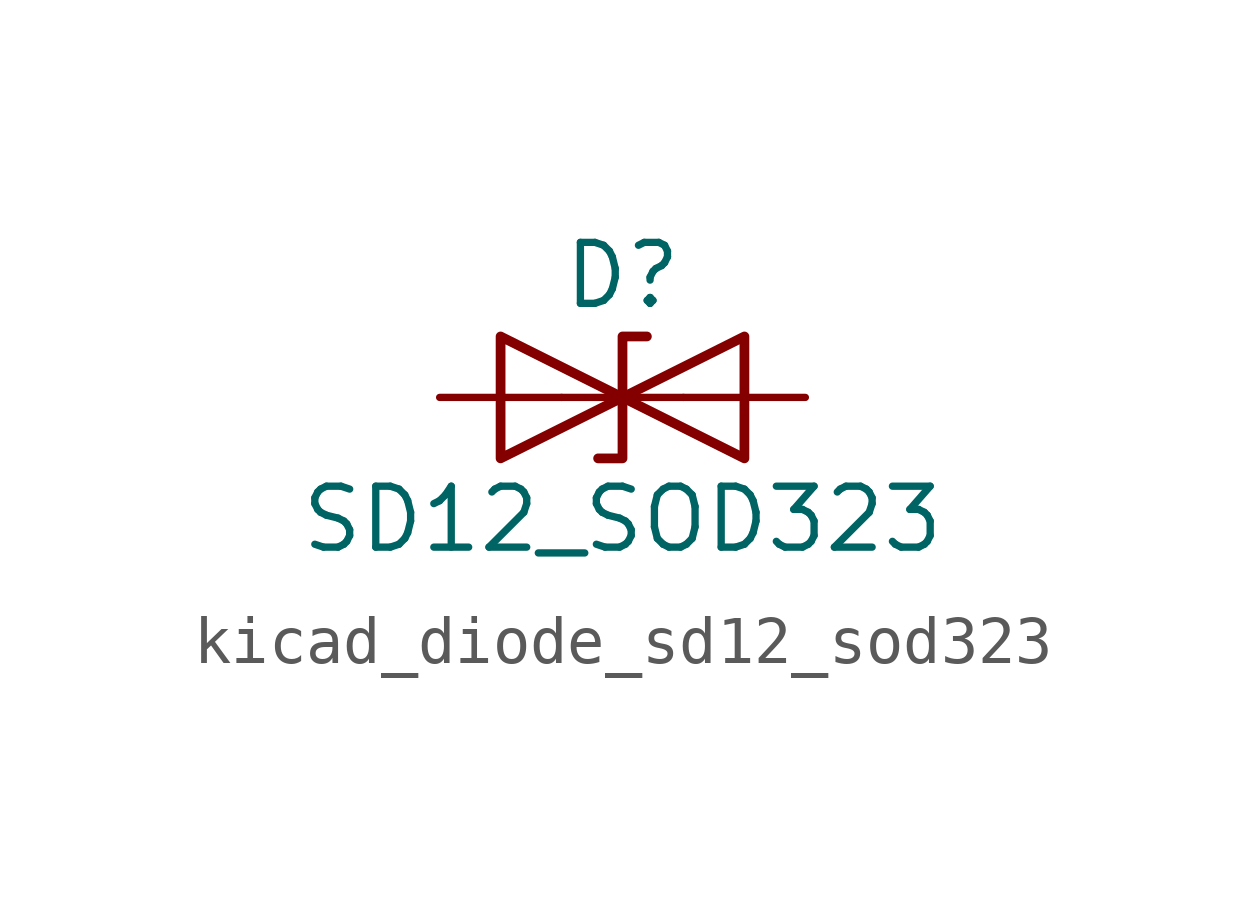
<source format=kicad_sym>
(kicad_symbol_lib
  (version 20220914)
  (generator kicad_symbol_editor)
  (symbol "kicad_diode_sd12_sod323"
    (pin_numbers hide)
    (pin_names
      (offset 1.016) hide)
    (property "Reference" "D"
      (at 0 2.54 0)
      (effects (font (size 1.27 1.27))))
    (property "Value" "SD12_SOD323"
      (at 0 -2.54 0)
      (effects (font (size 1.27 1.27))))
    (symbol "kicad_diode_sd12_sod323_0_1"
      (polyline (pts (xy 1.27 0) (xy -1.27 0)) (stroke (width 0) (type default)) (fill (type none)))
      (polyline (pts (xy -2.54 -1.27) (xy 0 0) (xy -2.54 1.27) (xy -2.54 -1.27)) (stroke (width 0.203) (type default)) (fill (type none)))
      (polyline (pts (xy 0.508 1.27) (xy 0 1.27) (xy 0 -1.27) (xy -0.508 -1.27)) (stroke (width 0.203) (type default)) (fill (type none)))
      (polyline (pts (xy 2.54 1.27) (xy 2.54 -1.27) (xy 0 0) (xy 2.54 1.27)) (stroke (width 0.203) (type default)) (fill (type none))))
    (symbol "kicad_diode_sd12_sod323_1_1"
      (pin passive line (at -3.81 0 0) (length 2.54) (name "A1" (effects (font (size 1.27 1.27)))) (number "1" (effects (font (size 1.27 1.27)))))
      (pin passive line (at 3.81 0 180) (length 2.54) (name "A2" (effects (font (size 1.27 1.27)))) (number "2" (effects (font (size 1.27 1.27))))))))
</source>
